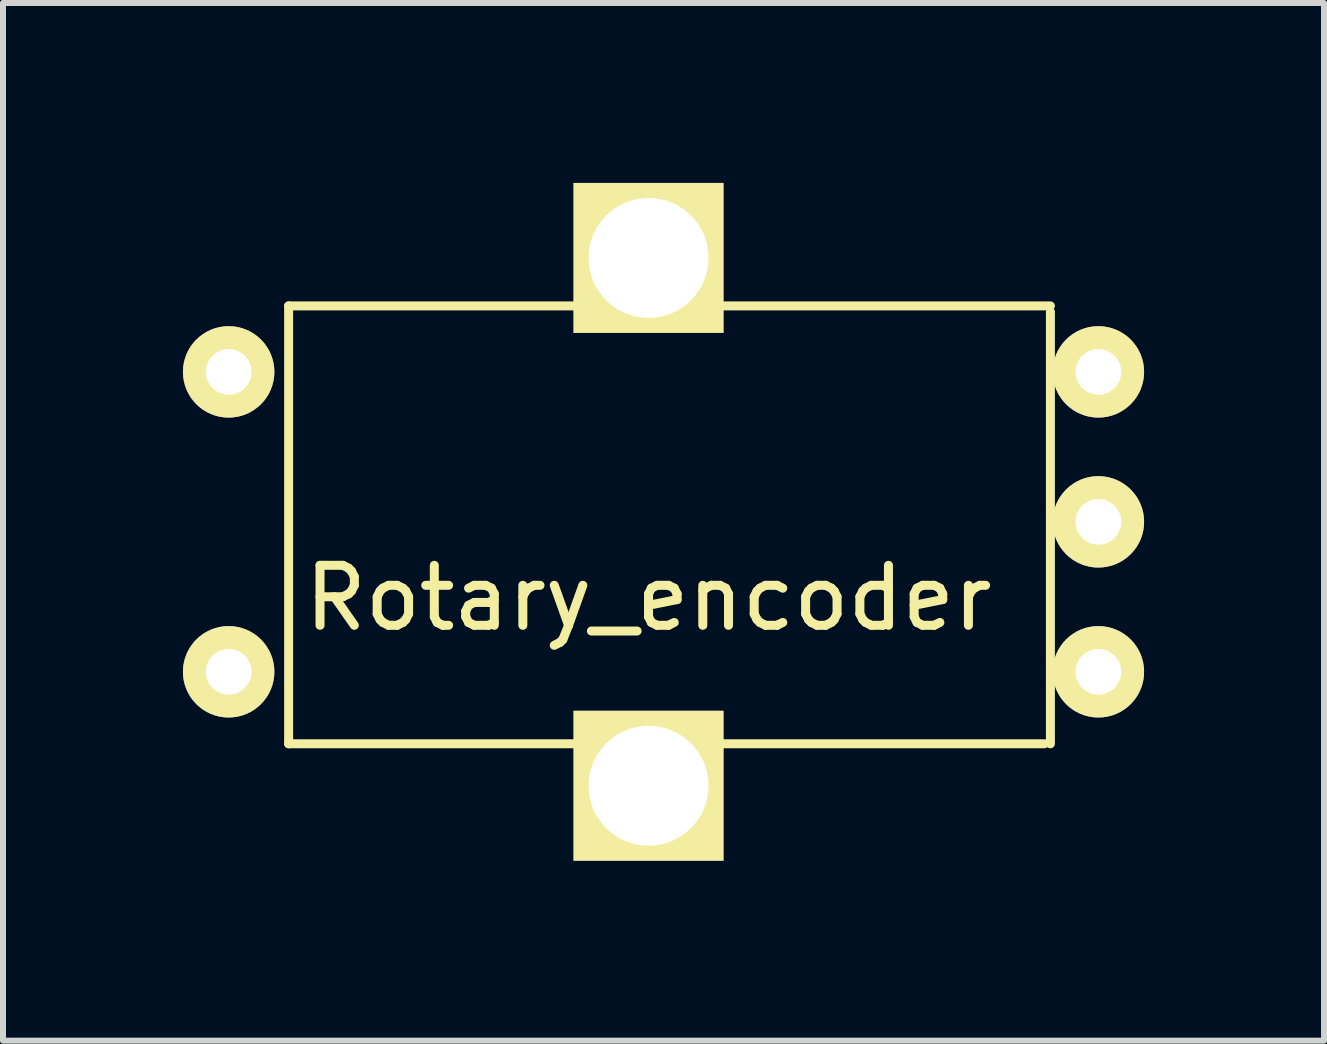
<source format=kicad_pcb>
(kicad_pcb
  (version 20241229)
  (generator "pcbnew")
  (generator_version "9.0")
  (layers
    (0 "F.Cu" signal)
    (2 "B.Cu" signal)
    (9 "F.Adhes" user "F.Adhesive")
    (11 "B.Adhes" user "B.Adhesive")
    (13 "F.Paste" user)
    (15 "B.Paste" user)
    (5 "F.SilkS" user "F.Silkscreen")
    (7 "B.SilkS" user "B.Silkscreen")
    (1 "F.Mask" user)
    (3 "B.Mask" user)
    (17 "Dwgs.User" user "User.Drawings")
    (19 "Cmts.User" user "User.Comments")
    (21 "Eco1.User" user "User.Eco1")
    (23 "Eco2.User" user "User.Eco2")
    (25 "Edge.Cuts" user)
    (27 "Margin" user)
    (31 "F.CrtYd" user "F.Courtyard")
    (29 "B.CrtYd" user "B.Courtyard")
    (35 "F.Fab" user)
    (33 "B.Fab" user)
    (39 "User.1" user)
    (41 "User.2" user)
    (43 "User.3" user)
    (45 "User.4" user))
  (footprint "Rotary_encoder"
    (layer "F.Cu")
    (at 7.762 5.65)
    (property "Reference" "Rotary_encoder" (at 0 1.27 0) (layer "F.SilkS") (effects (font (size 1 1) (thickness 0.15))))
    (attr through_hole)
    (fp_line (start -6 -3.6) (end -6 3.7) (stroke (width 0.15) (type solid)) (layer "F.SilkS"))
    (fp_line (start -6 -3.6) (end 6.7 -3.6) (stroke (width 0.15) (type solid)) (layer "F.SilkS"))
    (fp_line (start -6 3.7) (end 6.6 3.7) (stroke (width 0.15) (type solid)) (layer "F.SilkS"))
    (fp_line (start 6.7 3.7) (end 6.7 -3.5) (stroke (width 0.15) (type solid)) (layer "F.SilkS"))
    (pad "1" thru_hole circle (at -7 -2.5) (size 1.524 1.524) (drill 0.762) (layers "*.Cu" "*.Mask" "F.SilkS"))
    (pad "2" thru_hole circle (at -7 2.5) (size 1.524 1.524) (drill 0.762) (layers "*.Cu" "*.Mask" "F.SilkS"))
    (pad "3" thru_hole circle (at 7.5 0) (size 1.524 1.524) (drill 0.762) (layers "*.Cu" "*.Mask" "F.SilkS"))
    (pad "4" thru_hole circle (at 7.5 -2.5) (size 1.524 1.524) (drill 0.762) (layers "*.Cu" "*.Mask" "F.SilkS"))
    (pad "5" thru_hole circle (at 7.5 2.5) (size 1.524 1.524) (drill 0.762) (layers "*.Cu" "*.Mask" "F.SilkS"))
    (pad "7" thru_hole rect (at 0 -4.4) (size 2.5 2.5) (drill 2) (layers "*.Cu" "*.Mask" "F.SilkS"))
    (pad "8" thru_hole rect (at 0 4.4) (size 2.5 2.5) (drill 2) (layers "*.Cu" "*.Mask" "F.SilkS")))
  (gr_rect
    (start -3 -3)
    (end 19.024 14.3)
    (stroke (width 0.1) (type default))
    (fill no)
    (layer "Edge.Cuts")))
</source>
